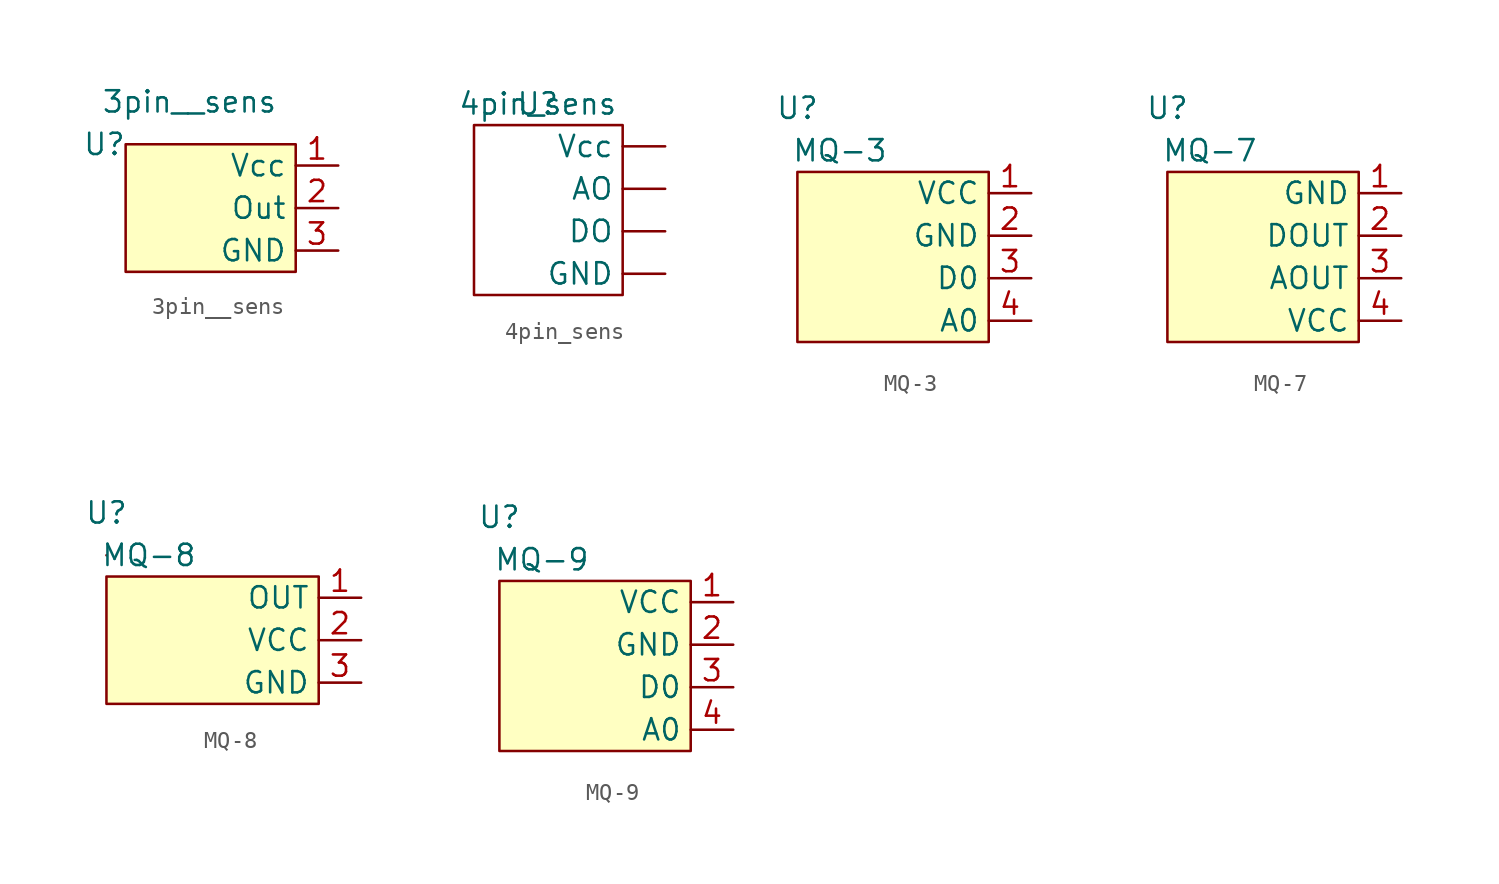
<source format=kicad_sym>
(kicad_symbol_lib
  (version 20211014)
  (generator kicad_symbol_editor)
  (symbol "3pin__sens"
    (property "Reference" "U"
      (at -5.08 -2.54 0)
      (effects (font (size 1.27 1.27))))
    (property "Value" "3pin__sens"
      (at 0 0 0)
      (effects (font (size 1.27 1.27))))
    (symbol "3pin__sens_0_1"
      (rectangle (start -3.81 -2.54) (end 6.35 -10.16) (stroke (width 0) (type default) (color 0 0 0 0)) (fill (type background))))
    (symbol "3pin__sens_1_1"
      (pin power_in line (at 8.89 -3.81 180) (length 2.54) (name "Vcc" (effects (font (size 1.27 1.27)))) (number "1" (effects (font (size 1.27 1.27)))))
      (pin output line (at 8.89 -6.35 180) (length 2.54) (name "Out" (effects (font (size 1.27 1.27)))) (number "2" (effects (font (size 1.27 1.27)))))
      (pin output line (at 8.89 -8.89 180) (length 2.54) (name "GND" (effects (font (size 1.27 1.27)))) (number "3" (effects (font (size 1.27 1.27)))))))
  (symbol "4pin_sens"
    (property "Reference" "U"
      (at 0 0 0)
      (effects (font (size 1.27 1.27))))
    (property "Value" "4pin_sens"
      (at 0 0 0)
      (effects (font (size 1.27 1.27))))
    (symbol "4pin_sens_0_1"
      (rectangle (start -3.81 -1.27) (end 5.08 -11.43) (stroke (width 0) (type default) (color 0 0 0 0)) (fill (type none))))
    (symbol "4pin_sens_1_1"
      (pin output line (at 7.62 -5.08 180) (length 2.54) (name "AO" (effects (font (size 1.27 1.27)))) (number "" (effects (font (size 1.27 1.27)))))
      (pin output line (at 7.62 -7.62 180) (length 2.54) (name "DO" (effects (font (size 1.27 1.27)))) (number "" (effects (font (size 1.27 1.27)))))
      (pin power_in line (at 7.62 -10.16 180) (length 2.54) (name "GND" (effects (font (size 1.27 1.27)))) (number "" (effects (font (size 1.27 1.27)))))
      (pin power_in line (at 7.62 -2.54 180) (length 2.54) (name "Vcc" (effects (font (size 1.27 1.27)))) (number "" (effects (font (size 1.27 1.27)))))))
  (symbol "MQ-3"
    (property "Reference" "U"
      (at -2.54 -1.27 0)
      (effects (font (size 1.27 1.27))))
    (property "Value" "MQ-3"
      (at 0 -3.81 0)
      (effects (font (size 1.27 1.27))))
    (symbol "MQ-3_0_1"
      (rectangle (start -2.54 -5.08) (end 8.89 -15.24) (stroke (width 0) (type default) (color 0 0 0 0)) (fill (type background))))
    (symbol "MQ-3_1_1"
      (pin power_in line (at 11.43 -6.35 180) (length 2.54) (name "VCC" (effects (font (size 1.27 1.27)))) (number "1" (effects (font (size 1.27 1.27)))))
      (pin power_in line (at 11.43 -8.89 180) (length 2.54) (name "GND" (effects (font (size 1.27 1.27)))) (number "2" (effects (font (size 1.27 1.27)))))
      (pin output line (at 11.43 -11.43 180) (length 2.54) (name "D0" (effects (font (size 1.27 1.27)))) (number "3" (effects (font (size 1.27 1.27)))))
      (pin output line (at 11.43 -13.97 180) (length 2.54) (name "A0" (effects (font (size 1.27 1.27)))) (number "4" (effects (font (size 1.27 1.27)))))))
  (symbol "MQ-7"
    (property "Reference" "U"
      (at -2.54 1.27 0)
      (effects (font (size 1.27 1.27))))
    (property "Value" "MQ-7"
      (at 0 -1.27 0)
      (effects (font (size 1.27 1.27))))
    (symbol "MQ-7_0_1"
      (rectangle (start -2.54 -2.54) (end 8.89 -12.7) (stroke (width 0) (type default) (color 0 0 0 0)) (fill (type background))))
    (symbol "MQ-7_1_1"
      (pin power_in line (at 11.43 -3.81 180) (length 2.54) (name "GND" (effects (font (size 1.27 1.27)))) (number "1" (effects (font (size 1.27 1.27)))))
      (pin output line (at 11.43 -6.35 180) (length 2.54) (name "DOUT" (effects (font (size 1.27 1.27)))) (number "2" (effects (font (size 1.27 1.27)))))
      (pin output line (at 11.43 -8.89 180) (length 2.54) (name "AOUT" (effects (font (size 1.27 1.27)))) (number "3" (effects (font (size 1.27 1.27)))))
      (pin power_in line (at 11.43 -11.43 180) (length 2.54) (name "VCC" (effects (font (size 1.27 1.27)))) (number "4" (effects (font (size 1.27 1.27)))))))
  (symbol "MQ-8"
    (property "Reference" "U"
      (at 0 -1.27 0)
      (effects (font (size 1.27 1.27))))
    (property "Value" "MQ-8"
      (at 2.54 -3.81 0)
      (effects (font (size 1.27 1.27))))
    (symbol "MQ-8_0_1"
      (rectangle (start 0 -5.08) (end 12.7 -12.7) (stroke (width 0) (type default) (color 0 0 0 0)) (fill (type background)))
      (rectangle (start 0 -3.81) (end 0 -3.81) (stroke (width 0) (type default) (color 0 0 0 0)) (fill (type none))))
    (symbol "MQ-8_1_1"
      (pin output line (at 15.24 -6.35 180) (length 2.54) (name "OUT" (effects (font (size 1.27 1.27)))) (number "1" (effects (font (size 1.27 1.27)))))
      (pin power_in line (at 15.24 -8.89 180) (length 2.54) (name "VCC" (effects (font (size 1.27 1.27)))) (number "2" (effects (font (size 1.27 1.27)))))
      (pin power_in line (at 15.24 -11.43 180) (length 2.54) (name "GND" (effects (font (size 1.27 1.27)))) (number "3" (effects (font (size 1.27 1.27)))))))
  (symbol "MQ-9"
    (property "Reference" "U"
      (at -1.27 11.43 0)
      (effects (font (size 1.27 1.27))))
    (property "Value" "MQ-9"
      (at 1.27 8.89 0)
      (effects (font (size 1.27 1.27))))
    (symbol "MQ-9_0_1"
      (rectangle (start -1.27 7.62) (end 10.16 -2.54) (stroke (width 0) (type default) (color 0 0 0 0)) (fill (type background))))
    (symbol "MQ-9_1_1"
      (pin power_in line (at 12.7 6.35 180) (length 2.54) (name "VCC" (effects (font (size 1.27 1.27)))) (number "1" (effects (font (size 1.27 1.27)))))
      (pin power_in line (at 12.7 3.81 180) (length 2.54) (name "GND" (effects (font (size 1.27 1.27)))) (number "2" (effects (font (size 1.27 1.27)))))
      (pin output line (at 12.7 1.27 180) (length 2.54) (name "D0" (effects (font (size 1.27 1.27)))) (number "3" (effects (font (size 1.27 1.27)))))
      (pin output line (at 12.7 -1.27 180) (length 2.54) (name "A0" (effects (font (size 1.27 1.27)))) (number "4" (effects (font (size 1.27 1.27))))))))
</source>
